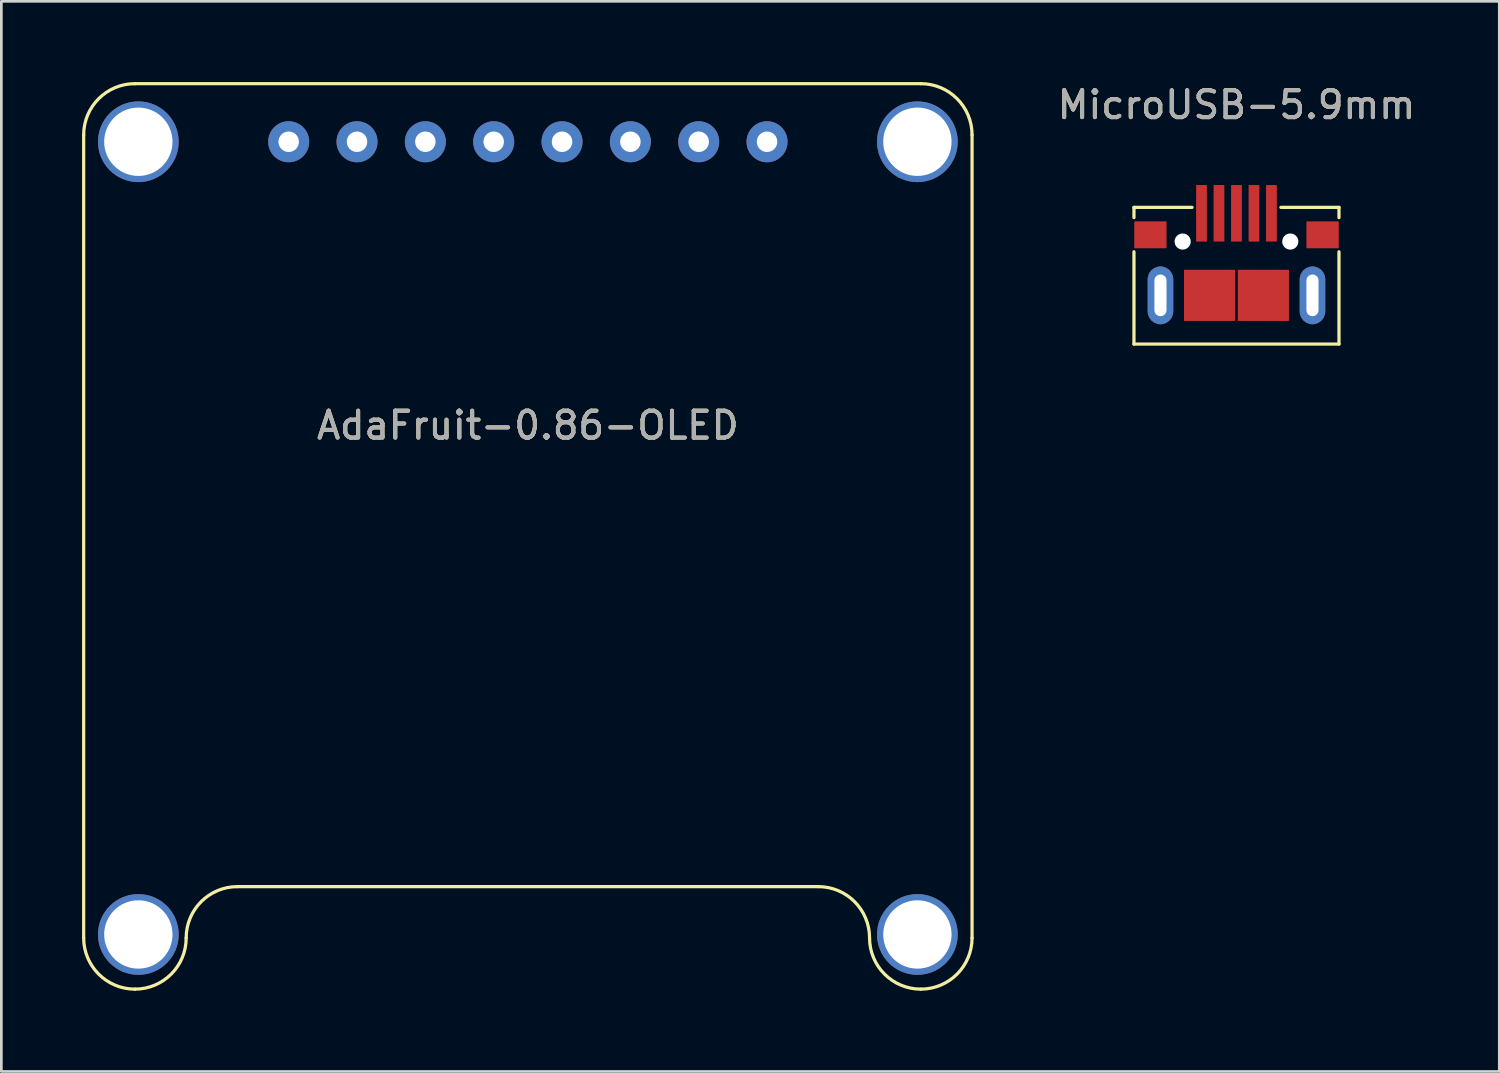
<source format=kicad_pcb>
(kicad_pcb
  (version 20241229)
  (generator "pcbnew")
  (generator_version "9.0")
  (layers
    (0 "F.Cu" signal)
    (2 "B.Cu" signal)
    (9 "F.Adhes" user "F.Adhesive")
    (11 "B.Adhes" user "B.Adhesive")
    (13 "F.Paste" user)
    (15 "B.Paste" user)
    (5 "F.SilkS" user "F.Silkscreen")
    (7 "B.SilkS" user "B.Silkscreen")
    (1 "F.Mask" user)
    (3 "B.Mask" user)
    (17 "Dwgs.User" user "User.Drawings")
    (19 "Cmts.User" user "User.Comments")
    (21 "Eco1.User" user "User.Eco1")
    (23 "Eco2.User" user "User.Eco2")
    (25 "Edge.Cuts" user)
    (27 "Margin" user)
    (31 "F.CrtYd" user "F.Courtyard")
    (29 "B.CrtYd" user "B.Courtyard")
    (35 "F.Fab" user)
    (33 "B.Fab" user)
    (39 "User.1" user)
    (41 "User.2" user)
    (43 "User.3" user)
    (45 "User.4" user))
  (footprint "MicroUSB-5.9mm"
    (layer "F.Cu")
    (at 42.908 5.928)
    (property "Reference" "MicroUSB-5.9mm" (at 0 -5.08 0) (unlocked yes) (layer "F.SilkS") (effects (font (size 1 1) (thickness 0.15))))
    (fp_line (start -3.81 -1.27) (end -3.81 -0.889) (stroke (width 0.12) (type solid)) (layer "F.SilkS"))
    (fp_line (start -3.81 -1.27) (end -1.651 -1.27) (stroke (width 0.12) (type solid)) (layer "F.SilkS"))
    (fp_line (start -3.81 3.81) (end -3.81 0.381) (stroke (width 0.12) (type solid)) (layer "F.SilkS"))
    (fp_line (start 1.651 -1.27) (end 3.81 -1.27) (stroke (width 0.12) (type solid)) (layer "F.SilkS"))
    (fp_line (start 3.81 -1.27) (end 3.81 -0.889) (stroke (width 0.12) (type solid)) (layer "F.SilkS"))
    (fp_line (start 3.81 0.381) (end 3.81 3.81) (stroke (width 0.12) (type solid)) (layer "F.SilkS"))
    (fp_line (start 3.81 3.81) (end -3.81 3.81) (stroke (width 0.12) (type solid)) (layer "F.SilkS"))
    (fp_text user "${REFERENCE}" (at 0 -5.08 0) (unlocked yes) (layer "F.Fab") (effects (font (size 1 1) (thickness 0.15))))
    (pad "" np_thru_hole circle (at -2 0) (size 0.6 0.6) (drill 0.6) (layers "*.Cu" "*.Mask"))
    (pad "" np_thru_hole circle (at 2 0) (size 0.6 0.6) (drill 0.6) (layers "*.Cu" "*.Mask"))
    (pad "1" smd rect (at -1.3 -1.05) (size 0.4 2.1) (layers "F.Cu" "F.Mask" "F.Paste"))
    (pad "2" smd rect (at -0.65 -1.05) (size 0.4 2.1) (layers "F.Cu" "F.Mask" "F.Paste"))
    (pad "3" smd rect (at 0 -1.05) (size 0.4 2.1) (layers "F.Cu" "F.Mask" "F.Paste"))
    (pad "4" smd rect (at 0.65 -1.05) (size 0.4 2.1) (layers "F.Cu" "F.Mask" "F.Paste"))
    (pad "5" smd rect (at 1.3 -1.05) (size 0.4 2.1) (layers "F.Cu" "F.Mask" "F.Paste"))
    (pad "6" smd rect (at -3.2 -0.25) (size 1.2 1) (layers "F.Cu" "F.Mask" "F.Paste"))
    (pad "6" thru_hole roundrect (at -2.825 2) (size 0.95 2.15) (drill oval 0.45 1.55) (layers "*.Cu" "*.Mask") (roundrect_rratio 0.5))
    (pad "6" smd rect (at -1 2) (size 1.9 1.9) (layers "F.Cu" "F.Mask" "F.Paste"))
    (pad "6" smd rect (at 1 2) (size 1.9 1.9) (layers "F.Cu" "F.Mask" "F.Paste"))
    (pad "6" thru_hole roundrect (at 2.825 2) (size 0.95 2.15) (drill oval 0.45 1.55) (layers "*.Cu" "*.Mask") (roundrect_rratio 0.5))
    (pad "6" smd rect (at 3.2 -0.25) (size 1.2 1) (layers "F.Cu" "F.Mask" "F.Paste")))
  (footprint "AdaFruit-0.86-OLED"
    (layer "F.Cu")
    (at 16.57 28.635)
    (property "Reference" "AdaFruit-0.86-OLED" (at 0 -15.875 0) (unlocked yes) (layer "F.SilkS") (effects (font (size 1 1) (thickness 0.15))))
    (fp_line (start -16.51 3.175) (end -16.51 -26.67) (stroke (width 0.12) (type solid)) (layer "F.SilkS"))
    (fp_line (start -14.605 -28.575) (end 14.605 -28.575) (stroke (width 0.12) (type solid)) (layer "F.SilkS"))
    (fp_line (start -10.795 1.27) (end 10.795 1.27) (stroke (width 0.12) (type solid)) (layer "F.SilkS"))
    (fp_line (start 16.51 -26.67) (end 16.51 3.175) (stroke (width 0.12) (type solid)) (layer "F.SilkS"))
    (fp_arc (start -16.51 -26.67) (mid -15.952038 -28.017038) (end -14.605 -28.575) (stroke (width 0.12) (type solid)) (layer "F.SilkS"))
    (fp_arc (start -14.605 5.08) (mid -15.952038 4.522038) (end -16.51 3.175) (stroke (width 0.12) (type solid)) (layer "F.SilkS"))
    (fp_arc (start -12.7 3.175) (mid -13.257962 4.522038) (end -14.605 5.08) (stroke (width 0.12) (type solid)) (layer "F.SilkS"))
    (fp_arc (start -12.7 3.175) (mid -12.142038 1.827962) (end -10.795 1.27) (stroke (width 0.12) (type solid)) (layer "F.SilkS"))
    (fp_arc (start 10.795 1.27) (mid 12.142038 1.827962) (end 12.7 3.175) (stroke (width 0.12) (type solid)) (layer "F.SilkS"))
    (fp_arc (start 14.605 -28.575) (mid 15.952038 -28.017038) (end 16.51 -26.67) (stroke (width 0.12) (type solid)) (layer "F.SilkS"))
    (fp_arc (start 14.605 5.08) (mid 13.257962 4.522038) (end 12.7 3.175) (stroke (width 0.12) (type solid)) (layer "F.SilkS"))
    (fp_arc (start 16.51 3.175) (mid 15.952038 4.522038) (end 14.605 5.08) (stroke (width 0.12) (type solid)) (layer "F.SilkS"))
    (fp_text user "${REFERENCE}" (at 0 -15.875 0) (unlocked yes) (layer "F.Fab") (effects (font (size 1 1) (thickness 0.15))))
    (pad "" np_thru_hole circle (at -14.478 -26.416) (size 3 3) (drill 2.54) (layers "*.Cu" "*.Mask"))
    (pad "" np_thru_hole circle (at -14.478 3.048) (size 3 3) (drill 2.54) (layers "*.Cu" "*.Mask"))
    (pad "" np_thru_hole circle (at 14.478 -26.416) (size 3 3) (drill 2.54) (layers "*.Cu" "*.Mask"))
    (pad "" np_thru_hole circle (at 14.478 3.048) (size 3 3) (drill 2.54) (layers "*.Cu" "*.Mask"))
    (pad "1" thru_hole circle (at -8.89 -26.416) (size 1.524 1.524) (drill 0.762) (layers "*.Cu" "*.Mask"))
    (pad "2" thru_hole circle (at -6.35 -26.416) (size 1.524 1.524) (drill 0.762) (layers "*.Cu" "*.Mask"))
    (pad "3" thru_hole circle (at -3.81 -26.416) (size 1.524 1.524) (drill 0.762) (layers "*.Cu" "*.Mask"))
    (pad "4" thru_hole circle (at -1.27 -26.416) (size 1.524 1.524) (drill 0.762) (layers "*.Cu" "*.Mask"))
    (pad "5" thru_hole circle (at 1.27 -26.416) (size 1.524 1.524) (drill 0.762) (layers "*.Cu" "*.Mask"))
    (pad "6" thru_hole circle (at 3.81 -26.416) (size 1.524 1.524) (drill 0.762) (layers "*.Cu" "*.Mask"))
    (pad "7" thru_hole circle (at 6.35 -26.416) (size 1.524 1.524) (drill 0.762) (layers "*.Cu" "*.Mask"))
    (pad "8" thru_hole circle (at 8.89 -26.416) (size 1.524 1.524) (drill 0.762) (layers "*.Cu" "*.Mask")))
  (gr_rect
    (start -3 -3)
    (end 52.676 36.775)
    (stroke (width 0.1) (type default))
    (fill no)
    (layer "Edge.Cuts")))
</source>
